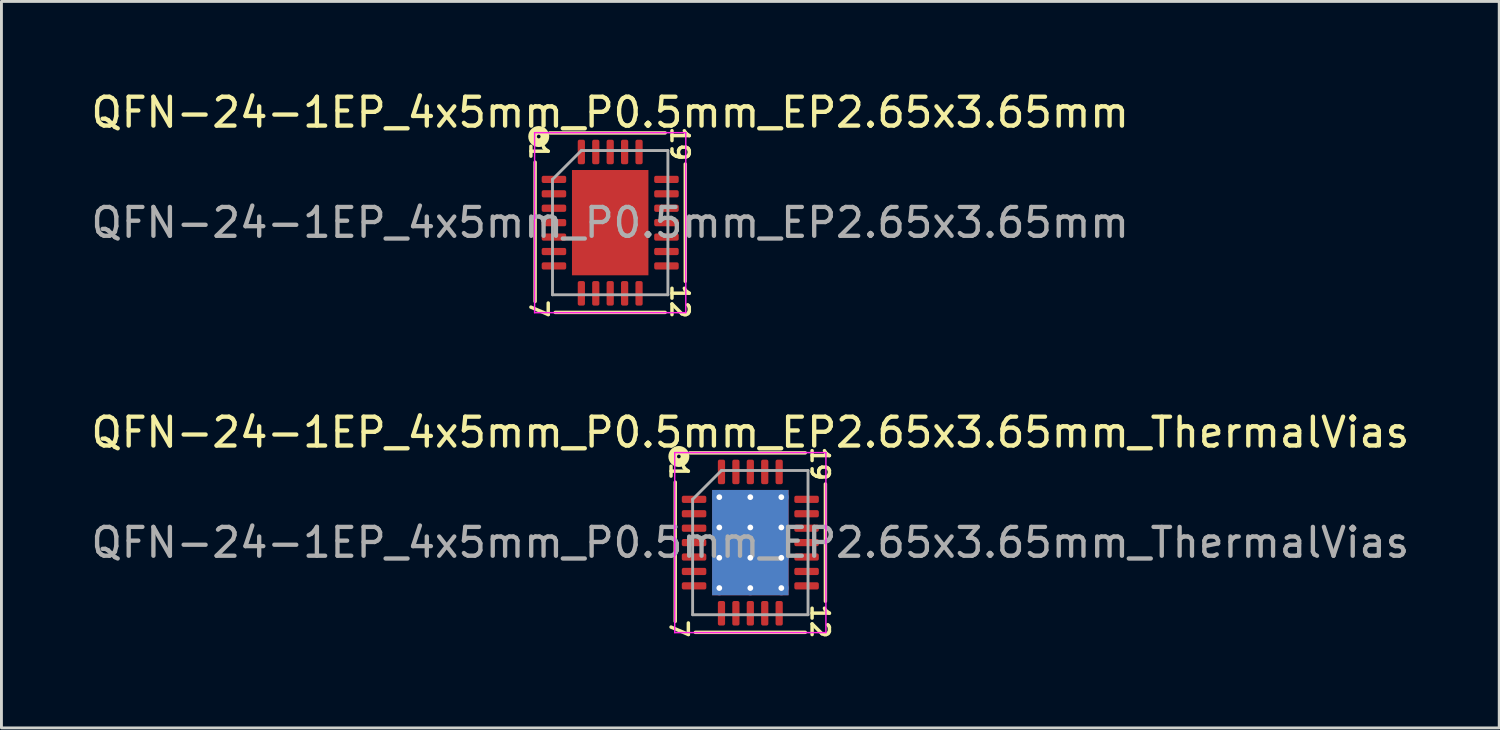
<source format=kicad_pcb>
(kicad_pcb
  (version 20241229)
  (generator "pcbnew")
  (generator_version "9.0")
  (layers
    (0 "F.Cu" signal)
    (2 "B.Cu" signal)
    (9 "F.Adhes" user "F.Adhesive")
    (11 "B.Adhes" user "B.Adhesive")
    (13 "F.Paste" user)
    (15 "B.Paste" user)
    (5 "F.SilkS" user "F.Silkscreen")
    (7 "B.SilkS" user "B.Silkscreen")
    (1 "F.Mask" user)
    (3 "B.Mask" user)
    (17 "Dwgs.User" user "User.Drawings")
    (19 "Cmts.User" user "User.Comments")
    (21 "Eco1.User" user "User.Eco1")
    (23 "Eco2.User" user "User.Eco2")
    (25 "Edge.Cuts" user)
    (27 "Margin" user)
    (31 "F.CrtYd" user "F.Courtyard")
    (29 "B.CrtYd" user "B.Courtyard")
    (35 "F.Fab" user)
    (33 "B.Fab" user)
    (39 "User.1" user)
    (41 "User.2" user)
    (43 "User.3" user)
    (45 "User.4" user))
  (footprint "QFN-24-1EP_4x5mm_P0.5mm_EP2.65x3.65mm_ThermalVias"
    (layer "F.Cu")
    (at 22.958 15.758)
    (property "Reference" "QFN-24-1EP_4x5mm_P0.5mm_EP2.65x3.65mm_ThermalVias" (at 0 -3.82 0) (layer "F.SilkS") (effects (font (size 1 1) (thickness 0.15))))
    (attr smd)
    (fp_line (start -2.603 -2.095) (end -2.603 2.731) (stroke (width 0.12) (type solid)) (layer "F.SilkS"))
    (fp_line (start -1.905 3.111) (end 1.905 3.111) (stroke (width 0.12) (type solid)) (layer "F.SilkS"))
    (fp_line (start 1.905 -3.111) (end -2.095 -3.111) (stroke (width 0.12) (type solid)) (layer "F.SilkS"))
    (fp_line (start 2.603 2.032) (end 2.603 -2.032) (stroke (width 0.12) (type solid)) (layer "F.SilkS"))
    (fp_circle (center -2.477 -2.985) (end -2.413 -2.985) (stroke (width 0.3) (type solid)) (fill no) (layer "F.SilkS"))
    (fp_line (start -2.62 -3.12) (end -2.62 3.12) (stroke (width 0.05) (type solid)) (layer "F.CrtYd"))
    (fp_line (start -2.62 3.12) (end 2.62 3.12) (stroke (width 0.05) (type solid)) (layer "F.CrtYd"))
    (fp_line (start 2.62 -3.12) (end -2.62 -3.12) (stroke (width 0.05) (type solid)) (layer "F.CrtYd"))
    (fp_line (start 2.62 3.12) (end 2.62 -3.12) (stroke (width 0.05) (type solid)) (layer "F.CrtYd"))
    (fp_line (start -2 -1.5) (end -1 -2.5) (stroke (width 0.1) (type solid)) (layer "F.Fab"))
    (fp_line (start -2 2.5) (end -2 -1.5) (stroke (width 0.1) (type solid)) (layer "F.Fab"))
    (fp_line (start -1 -2.5) (end 2 -2.5) (stroke (width 0.1) (type solid)) (layer "F.Fab"))
    (fp_line (start 2 -2.5) (end 2 2.5) (stroke (width 0.1) (type solid)) (layer "F.Fab"))
    (fp_line (start 2 2.5) (end -2 2.5) (stroke (width 0.1) (type solid)) (layer "F.Fab"))
    (fp_text user "12" (at 2.413 2.731 270) (unlocked yes) (layer "F.SilkS") (effects (font (size 0.6 0.6) (thickness 0.12))))
    (fp_text user "7" (at -2.477 2.985 270) (unlocked yes) (layer "F.SilkS") (effects (font (size 0.6 0.6) (thickness 0.12))))
    (fp_text user "1" (at -2.477 -2.477 270) (unlocked yes) (layer "F.SilkS") (effects (font (size 0.6 0.6) (thickness 0.12))))
    (fp_text user "19" (at 2.413 -2.731 270) (unlocked yes) (layer "F.SilkS") (effects (font (size 0.6 0.6) (thickness 0.12))))
    (fp_text user "${REFERENCE}" (at 0 0 0) (layer "F.Fab") (effects (font (size 1 1) (thickness 0.15))))
    (pad "" smd roundrect (at -0.66 -1.22) (size 1.15 1.05) (layers "F.Paste") (roundrect_rratio 0.238))
    (pad "" smd roundrect (at -0.66 0) (size 1.15 1.05) (layers "F.Paste") (roundrect_rratio 0.238))
    (pad "" smd roundrect (at -0.66 1.22) (size 1.15 1.05) (layers "F.Paste") (roundrect_rratio 0.238))
    (pad "" smd roundrect (at 0.66 -1.22) (size 1.15 1.05) (layers "F.Paste") (roundrect_rratio 0.238))
    (pad "" smd roundrect (at 0.66 0) (size 1.15 1.05) (layers "F.Paste") (roundrect_rratio 0.238))
    (pad "" smd roundrect (at 0.66 1.22) (size 1.15 1.05) (layers "F.Paste") (roundrect_rratio 0.238))
    (pad "1" smd roundrect (at -1.95 -1.5) (size 0.85 0.25) (layers "F.Cu" "F.Mask" "F.Paste") (roundrect_rratio 0.25))
    (pad "2" smd roundrect (at -1.95 -1) (size 0.85 0.25) (layers "F.Cu" "F.Mask" "F.Paste") (roundrect_rratio 0.25))
    (pad "3" smd roundrect (at -1.95 -0.5) (size 0.85 0.25) (layers "F.Cu" "F.Mask" "F.Paste") (roundrect_rratio 0.25))
    (pad "4" smd roundrect (at -1.95 0) (size 0.85 0.25) (layers "F.Cu" "F.Mask" "F.Paste") (roundrect_rratio 0.25))
    (pad "5" smd roundrect (at -1.95 0.5) (size 0.85 0.25) (layers "F.Cu" "F.Mask" "F.Paste") (roundrect_rratio 0.25))
    (pad "6" smd roundrect (at -1.95 1) (size 0.85 0.25) (layers "F.Cu" "F.Mask" "F.Paste") (roundrect_rratio 0.25))
    (pad "7" smd roundrect (at -1.95 1.5) (size 0.85 0.25) (layers "F.Cu" "F.Mask" "F.Paste") (roundrect_rratio 0.25))
    (pad "8" smd roundrect (at -1 2.45) (size 0.25 0.85) (layers "F.Cu" "F.Mask" "F.Paste") (roundrect_rratio 0.25))
    (pad "9" smd roundrect (at -0.5 2.45) (size 0.25 0.85) (layers "F.Cu" "F.Mask" "F.Paste") (roundrect_rratio 0.25))
    (pad "10" smd roundrect (at 0 2.45) (size 0.25 0.85) (layers "F.Cu" "F.Mask" "F.Paste") (roundrect_rratio 0.25))
    (pad "11" smd roundrect (at 0.5 2.45) (size 0.25 0.85) (layers "F.Cu" "F.Mask" "F.Paste") (roundrect_rratio 0.25))
    (pad "12" smd roundrect (at 1 2.45) (size 0.25 0.85) (layers "F.Cu" "F.Mask" "F.Paste") (roundrect_rratio 0.25))
    (pad "13" smd roundrect (at 1.95 1.5) (size 0.85 0.25) (layers "F.Cu" "F.Mask" "F.Paste") (roundrect_rratio 0.25))
    (pad "14" smd roundrect (at 1.95 1) (size 0.85 0.25) (layers "F.Cu" "F.Mask" "F.Paste") (roundrect_rratio 0.25))
    (pad "15" smd roundrect (at 1.95 0.5) (size 0.85 0.25) (layers "F.Cu" "F.Mask" "F.Paste") (roundrect_rratio 0.25))
    (pad "16" smd roundrect (at 1.95 0) (size 0.85 0.25) (layers "F.Cu" "F.Mask" "F.Paste") (roundrect_rratio 0.25))
    (pad "17" smd roundrect (at 1.95 -0.5) (size 0.85 0.25) (layers "F.Cu" "F.Mask" "F.Paste") (roundrect_rratio 0.25))
    (pad "18" smd roundrect (at 1.95 -1) (size 0.85 0.25) (layers "F.Cu" "F.Mask" "F.Paste") (roundrect_rratio 0.25))
    (pad "19" smd roundrect (at 1.95 -1.5) (size 0.85 0.25) (layers "F.Cu" "F.Mask" "F.Paste") (roundrect_rratio 0.25))
    (pad "20" smd roundrect (at 1 -2.45) (size 0.25 0.85) (layers "F.Cu" "F.Mask" "F.Paste") (roundrect_rratio 0.25))
    (pad "21" smd roundrect (at 0.5 -2.45) (size 0.25 0.85) (layers "F.Cu" "F.Mask" "F.Paste") (roundrect_rratio 0.25))
    (pad "22" smd roundrect (at 0 -2.45) (size 0.25 0.85) (layers "F.Cu" "F.Mask" "F.Paste") (roundrect_rratio 0.25))
    (pad "23" smd roundrect (at -0.5 -2.45) (size 0.25 0.85) (layers "F.Cu" "F.Mask" "F.Paste") (roundrect_rratio 0.25))
    (pad "24" smd roundrect (at -1 -2.45) (size 0.25 0.85) (layers "F.Cu" "F.Mask" "F.Paste") (roundrect_rratio 0.25))
    (pad "25" thru_hole circle (at -1.075 -1.575) (size 0.5 0.5) (drill 0.2) (layers "*.Cu"))
    (pad "25" thru_hole circle (at -1.075 -0.525) (size 0.5 0.5) (drill 0.2) (layers "*.Cu"))
    (pad "25" thru_hole circle (at -1.075 0.525) (size 0.5 0.5) (drill 0.2) (layers "*.Cu"))
    (pad "25" thru_hole circle (at -1.075 1.575) (size 0.5 0.5) (drill 0.2) (layers "*.Cu"))
    (pad "25" thru_hole circle (at 0 -1.575) (size 0.5 0.5) (drill 0.2) (layers "*.Cu"))
    (pad "25" thru_hole circle (at 0 -0.525) (size 0.5 0.5) (drill 0.2) (layers "*.Cu"))
    (pad "25" smd rect (at 0 0) (size 2.65 3.65) (layers "F.Cu" "F.Mask"))
    (pad "25" smd rect (at 0 0) (size 2.65 3.65) (layers "B.Cu" "B.Mask"))
    (pad "25" thru_hole circle (at 0 0.525) (size 0.5 0.5) (drill 0.2) (layers "*.Cu"))
    (pad "25" thru_hole circle (at 0 1.575) (size 0.5 0.5) (drill 0.2) (layers "*.Cu"))
    (pad "25" thru_hole circle (at 1.075 -1.575) (size 0.5 0.5) (drill 0.2) (layers "*.Cu"))
    (pad "25" thru_hole circle (at 1.075 -0.525) (size 0.5 0.5) (drill 0.2) (layers "*.Cu"))
    (pad "25" thru_hole circle (at 1.075 0.525) (size 0.5 0.5) (drill 0.2) (layers "*.Cu"))
    (pad "25" thru_hole circle (at 1.075 1.575) (size 0.5 0.5) (drill 0.2) (layers "*.Cu")))
  (footprint "QFN-24-1EP_4x5mm_P0.5mm_EP2.65x3.65mm"
    (layer "F.Cu")
    (at 18.101 4.668)
    (property "Reference" "QFN-24-1EP_4x5mm_P0.5mm_EP2.65x3.65mm" (at 0 -3.82 0) (layer "F.SilkS") (effects (font (size 1 1) (thickness 0.15))))
    (attr smd)
    (fp_line (start -2.603 -2.095) (end -2.603 2.731) (stroke (width 0.12) (type solid)) (layer "F.SilkS"))
    (fp_line (start -1.905 3.111) (end 1.905 3.111) (stroke (width 0.12) (type solid)) (layer "F.SilkS"))
    (fp_line (start 1.905 -3.111) (end -2.095 -3.111) (stroke (width 0.12) (type solid)) (layer "F.SilkS"))
    (fp_line (start 2.603 2.032) (end 2.603 -2.032) (stroke (width 0.12) (type solid)) (layer "F.SilkS"))
    (fp_circle (center -2.477 -2.985) (end -2.413 -2.985) (stroke (width 0.3) (type solid)) (fill no) (layer "F.SilkS"))
    (fp_line (start -2.62 -3.12) (end -2.62 3.12) (stroke (width 0.05) (type solid)) (layer "F.CrtYd"))
    (fp_line (start -2.62 3.12) (end 2.62 3.12) (stroke (width 0.05) (type solid)) (layer "F.CrtYd"))
    (fp_line (start 2.62 -3.12) (end -2.62 -3.12) (stroke (width 0.05) (type solid)) (layer "F.CrtYd"))
    (fp_line (start 2.62 3.12) (end 2.62 -3.12) (stroke (width 0.05) (type solid)) (layer "F.CrtYd"))
    (fp_line (start -2 -1.5) (end -1 -2.5) (stroke (width 0.1) (type solid)) (layer "F.Fab"))
    (fp_line (start -2 2.5) (end -2 -1.5) (stroke (width 0.1) (type solid)) (layer "F.Fab"))
    (fp_line (start -1 -2.5) (end 2 -2.5) (stroke (width 0.1) (type solid)) (layer "F.Fab"))
    (fp_line (start 2 -2.5) (end 2 2.5) (stroke (width 0.1) (type solid)) (layer "F.Fab"))
    (fp_line (start 2 2.5) (end -2 2.5) (stroke (width 0.1) (type solid)) (layer "F.Fab"))
    (fp_text user "19" (at 2.413 -2.731 270) (unlocked yes) (layer "F.SilkS") (effects (font (size 0.6 0.6) (thickness 0.12))))
    (fp_text user "1" (at -2.477 -2.477 270) (unlocked yes) (layer "F.SilkS") (effects (font (size 0.6 0.6) (thickness 0.12))))
    (fp_text user "12" (at 2.413 2.731 270) (unlocked yes) (layer "F.SilkS") (effects (font (size 0.6 0.6) (thickness 0.12))))
    (fp_text user "7" (at -2.477 2.985 270) (unlocked yes) (layer "F.SilkS") (effects (font (size 0.6 0.6) (thickness 0.12))))
    (fp_text user "${REFERENCE}" (at 0 0 0) (layer "F.Fab") (effects (font (size 1 1) (thickness 0.15))))
    (pad "" smd roundrect (at -0.66 -1.22) (size 1.07 0.98) (layers "F.Paste") (roundrect_rratio 0.25))
    (pad "" smd roundrect (at -0.66 0) (size 1.07 0.98) (layers "F.Paste") (roundrect_rratio 0.25))
    (pad "" smd roundrect (at -0.66 1.22) (size 1.07 0.98) (layers "F.Paste") (roundrect_rratio 0.25))
    (pad "" smd roundrect (at 0.66 -1.22) (size 1.07 0.98) (layers "F.Paste") (roundrect_rratio 0.25))
    (pad "" smd roundrect (at 0.66 0) (size 1.07 0.98) (layers "F.Paste") (roundrect_rratio 0.25))
    (pad "" smd roundrect (at 0.66 1.22) (size 1.07 0.98) (layers "F.Paste") (roundrect_rratio 0.25))
    (pad "1" smd roundrect (at -1.95 -1.5) (size 0.85 0.25) (layers "F.Cu" "F.Mask" "F.Paste") (roundrect_rratio 0.25))
    (pad "2" smd roundrect (at -1.95 -1) (size 0.85 0.25) (layers "F.Cu" "F.Mask" "F.Paste") (roundrect_rratio 0.25))
    (pad "3" smd roundrect (at -1.95 -0.5) (size 0.85 0.25) (layers "F.Cu" "F.Mask" "F.Paste") (roundrect_rratio 0.25))
    (pad "4" smd roundrect (at -1.95 0) (size 0.85 0.25) (layers "F.Cu" "F.Mask" "F.Paste") (roundrect_rratio 0.25))
    (pad "5" smd roundrect (at -1.95 0.5) (size 0.85 0.25) (layers "F.Cu" "F.Mask" "F.Paste") (roundrect_rratio 0.25))
    (pad "6" smd roundrect (at -1.95 1) (size 0.85 0.25) (layers "F.Cu" "F.Mask" "F.Paste") (roundrect_rratio 0.25))
    (pad "7" smd roundrect (at -1.95 1.5) (size 0.85 0.25) (layers "F.Cu" "F.Mask" "F.Paste") (roundrect_rratio 0.25))
    (pad "8" smd roundrect (at -1 2.45) (size 0.25 0.85) (layers "F.Cu" "F.Mask" "F.Paste") (roundrect_rratio 0.25))
    (pad "9" smd roundrect (at -0.5 2.45) (size 0.25 0.85) (layers "F.Cu" "F.Mask" "F.Paste") (roundrect_rratio 0.25))
    (pad "10" smd roundrect (at 0 2.45) (size 0.25 0.85) (layers "F.Cu" "F.Mask" "F.Paste") (roundrect_rratio 0.25))
    (pad "11" smd roundrect (at 0.5 2.45) (size 0.25 0.85) (layers "F.Cu" "F.Mask" "F.Paste") (roundrect_rratio 0.25))
    (pad "12" smd roundrect (at 1 2.45) (size 0.25 0.85) (layers "F.Cu" "F.Mask" "F.Paste") (roundrect_rratio 0.25))
    (pad "13" smd roundrect (at 1.95 1.5) (size 0.85 0.25) (layers "F.Cu" "F.Mask" "F.Paste") (roundrect_rratio 0.25))
    (pad "14" smd roundrect (at 1.95 1) (size 0.85 0.25) (layers "F.Cu" "F.Mask" "F.Paste") (roundrect_rratio 0.25))
    (pad "15" smd roundrect (at 1.95 0.5) (size 0.85 0.25) (layers "F.Cu" "F.Mask" "F.Paste") (roundrect_rratio 0.25))
    (pad "16" smd roundrect (at 1.95 0) (size 0.85 0.25) (layers "F.Cu" "F.Mask" "F.Paste") (roundrect_rratio 0.25))
    (pad "17" smd roundrect (at 1.95 -0.5) (size 0.85 0.25) (layers "F.Cu" "F.Mask" "F.Paste") (roundrect_rratio 0.25))
    (pad "18" smd roundrect (at 1.95 -1) (size 0.85 0.25) (layers "F.Cu" "F.Mask" "F.Paste") (roundrect_rratio 0.25))
    (pad "19" smd roundrect (at 1.95 -1.5) (size 0.85 0.25) (layers "F.Cu" "F.Mask" "F.Paste") (roundrect_rratio 0.25))
    (pad "20" smd roundrect (at 1 -2.45) (size 0.25 0.85) (layers "F.Cu" "F.Mask" "F.Paste") (roundrect_rratio 0.25))
    (pad "21" smd roundrect (at 0.5 -2.45) (size 0.25 0.85) (layers "F.Cu" "F.Mask" "F.Paste") (roundrect_rratio 0.25))
    (pad "22" smd roundrect (at 0 -2.45) (size 0.25 0.85) (layers "F.Cu" "F.Mask" "F.Paste") (roundrect_rratio 0.25))
    (pad "23" smd roundrect (at -0.5 -2.45) (size 0.25 0.85) (layers "F.Cu" "F.Mask" "F.Paste") (roundrect_rratio 0.25))
    (pad "24" smd roundrect (at -1 -2.45) (size 0.25 0.85) (layers "F.Cu" "F.Mask" "F.Paste") (roundrect_rratio 0.25))
    (pad "25" smd rect (at 0 0) (size 2.65 3.65) (layers "F.Cu" "F.Mask")))
  (gr_rect
    (start -3 -3)
    (end 48.917 22.18)
    (stroke (width 0.1) (type default))
    (fill no)
    (layer "Edge.Cuts")))
</source>
